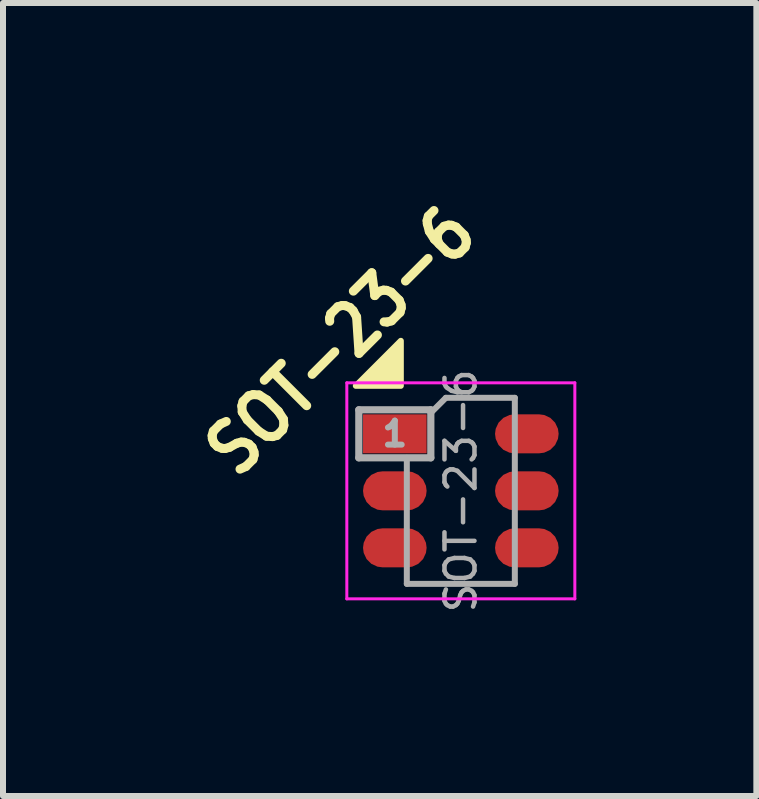
<source format=kicad_pcb>
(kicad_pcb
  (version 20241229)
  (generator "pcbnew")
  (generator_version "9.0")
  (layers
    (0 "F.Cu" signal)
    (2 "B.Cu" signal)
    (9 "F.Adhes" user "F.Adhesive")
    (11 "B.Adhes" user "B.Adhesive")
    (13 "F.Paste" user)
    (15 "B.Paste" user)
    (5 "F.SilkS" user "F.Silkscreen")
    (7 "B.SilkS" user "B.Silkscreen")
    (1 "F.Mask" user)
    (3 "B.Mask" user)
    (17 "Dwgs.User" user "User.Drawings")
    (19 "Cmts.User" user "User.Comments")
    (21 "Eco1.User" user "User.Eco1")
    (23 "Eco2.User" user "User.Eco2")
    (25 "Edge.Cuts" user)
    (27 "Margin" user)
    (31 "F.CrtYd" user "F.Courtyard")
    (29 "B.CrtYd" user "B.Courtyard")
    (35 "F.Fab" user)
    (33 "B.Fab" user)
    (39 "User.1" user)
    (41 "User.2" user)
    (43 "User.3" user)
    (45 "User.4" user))
  (footprint "SOT-23-6"
    (layer "F.Cu")
    (at 4.63 5.13)
    (property "Reference" "SOT-23-6" (at -2 -2.5 45) (layer "F.SilkS") (effects (font (size 0.8 0.7) (thickness 0.15))))
    (attr smd)
    (fp_poly (pts (xy -1.75 -1.75) (xy -1 -1.75) (xy -1 -2.5)) (stroke (width 0.1) (type solid)) (fill yes) (layer "F.SilkS"))
    (fp_line (start -1.9 -1.8) (end -1.9 1.8) (stroke (width 0.05) (type solid)) (layer "F.CrtYd"))
    (fp_line (start -1.9 1.8) (end 1.9 1.8) (stroke (width 0.05) (type solid)) (layer "F.CrtYd"))
    (fp_line (start 1.9 -1.8) (end -1.9 -1.8) (stroke (width 0.05) (type solid)) (layer "F.CrtYd"))
    (fp_line (start 1.9 1.8) (end 1.9 -1.8) (stroke (width 0.05) (type solid)) (layer "F.CrtYd"))
    (fp_line (start -1.7 -1.35) (end -0.5 -1.35) (stroke (width 0.12) (type solid)) (layer "F.Fab"))
    (fp_line (start -1.7 -0.55) (end -1.7 -1.35) (stroke (width 0.12) (type solid)) (layer "F.Fab"))
    (fp_line (start -0.9 -0.55) (end -0.9 1.55) (stroke (width 0.1) (type solid)) (layer "F.Fab"))
    (fp_line (start -0.5 -1.35) (end -0.5 -0.55) (stroke (width 0.12) (type solid)) (layer "F.Fab"))
    (fp_line (start -0.5 -1.3) (end -0.25 -1.55) (stroke (width 0.1) (type solid)) (layer "F.Fab"))
    (fp_line (start -0.5 -0.55) (end -1.7 -0.55) (stroke (width 0.12) (type solid)) (layer "F.Fab"))
    (fp_line (start 0.9 -1.55) (end -0.25 -1.55) (stroke (width 0.1) (type solid)) (layer "F.Fab"))
    (fp_line (start 0.9 -1.55) (end 0.9 1.55) (stroke (width 0.1) (type solid)) (layer "F.Fab"))
    (fp_line (start 0.9 1.55) (end -0.9 1.55) (stroke (width 0.1) (type solid)) (layer "F.Fab"))
    (fp_text user "1" (at -1.1 -0.95 0) (layer "F.Fab") (effects (font (size 0.4 0.4) (thickness 0.1))))
    (fp_text user "${REFERENCE}" (at 0 0 90) (layer "F.Fab") (effects (font (size 0.5 0.5) (thickness 0.075))))
    (pad "1" smd rect (at -1.1 -0.95) (size 1.06 0.65) (layers "F.Cu" "F.Mask" "F.Paste"))
    (pad "2" smd roundrect (at -1.1 0) (size 1.06 0.65) (layers "F.Cu" "F.Mask" "F.Paste") (roundrect_rratio 0.5))
    (pad "3" smd roundrect (at -1.1 0.95) (size 1.06 0.65) (layers "F.Cu" "F.Mask" "F.Paste") (roundrect_rratio 0.5))
    (pad "4" smd roundrect (at 1.1 0.95) (size 1.06 0.65) (layers "F.Cu" "F.Mask" "F.Paste") (roundrect_rratio 0.5))
    (pad "5" smd roundrect (at 1.1 0) (size 1.06 0.65) (layers "F.Cu" "F.Mask" "F.Paste") (roundrect_rratio 0.5))
    (pad "6" smd roundrect (at 1.1 -0.95) (size 1.06 0.65) (layers "F.Cu" "F.Mask" "F.Paste") (roundrect_rratio 0.5)))
  (gr_rect
    (start -3 -3)
    (end 9.555 10.216)
    (stroke (width 0.1) (type default))
    (fill no)
    (layer "Edge.Cuts")))
</source>
